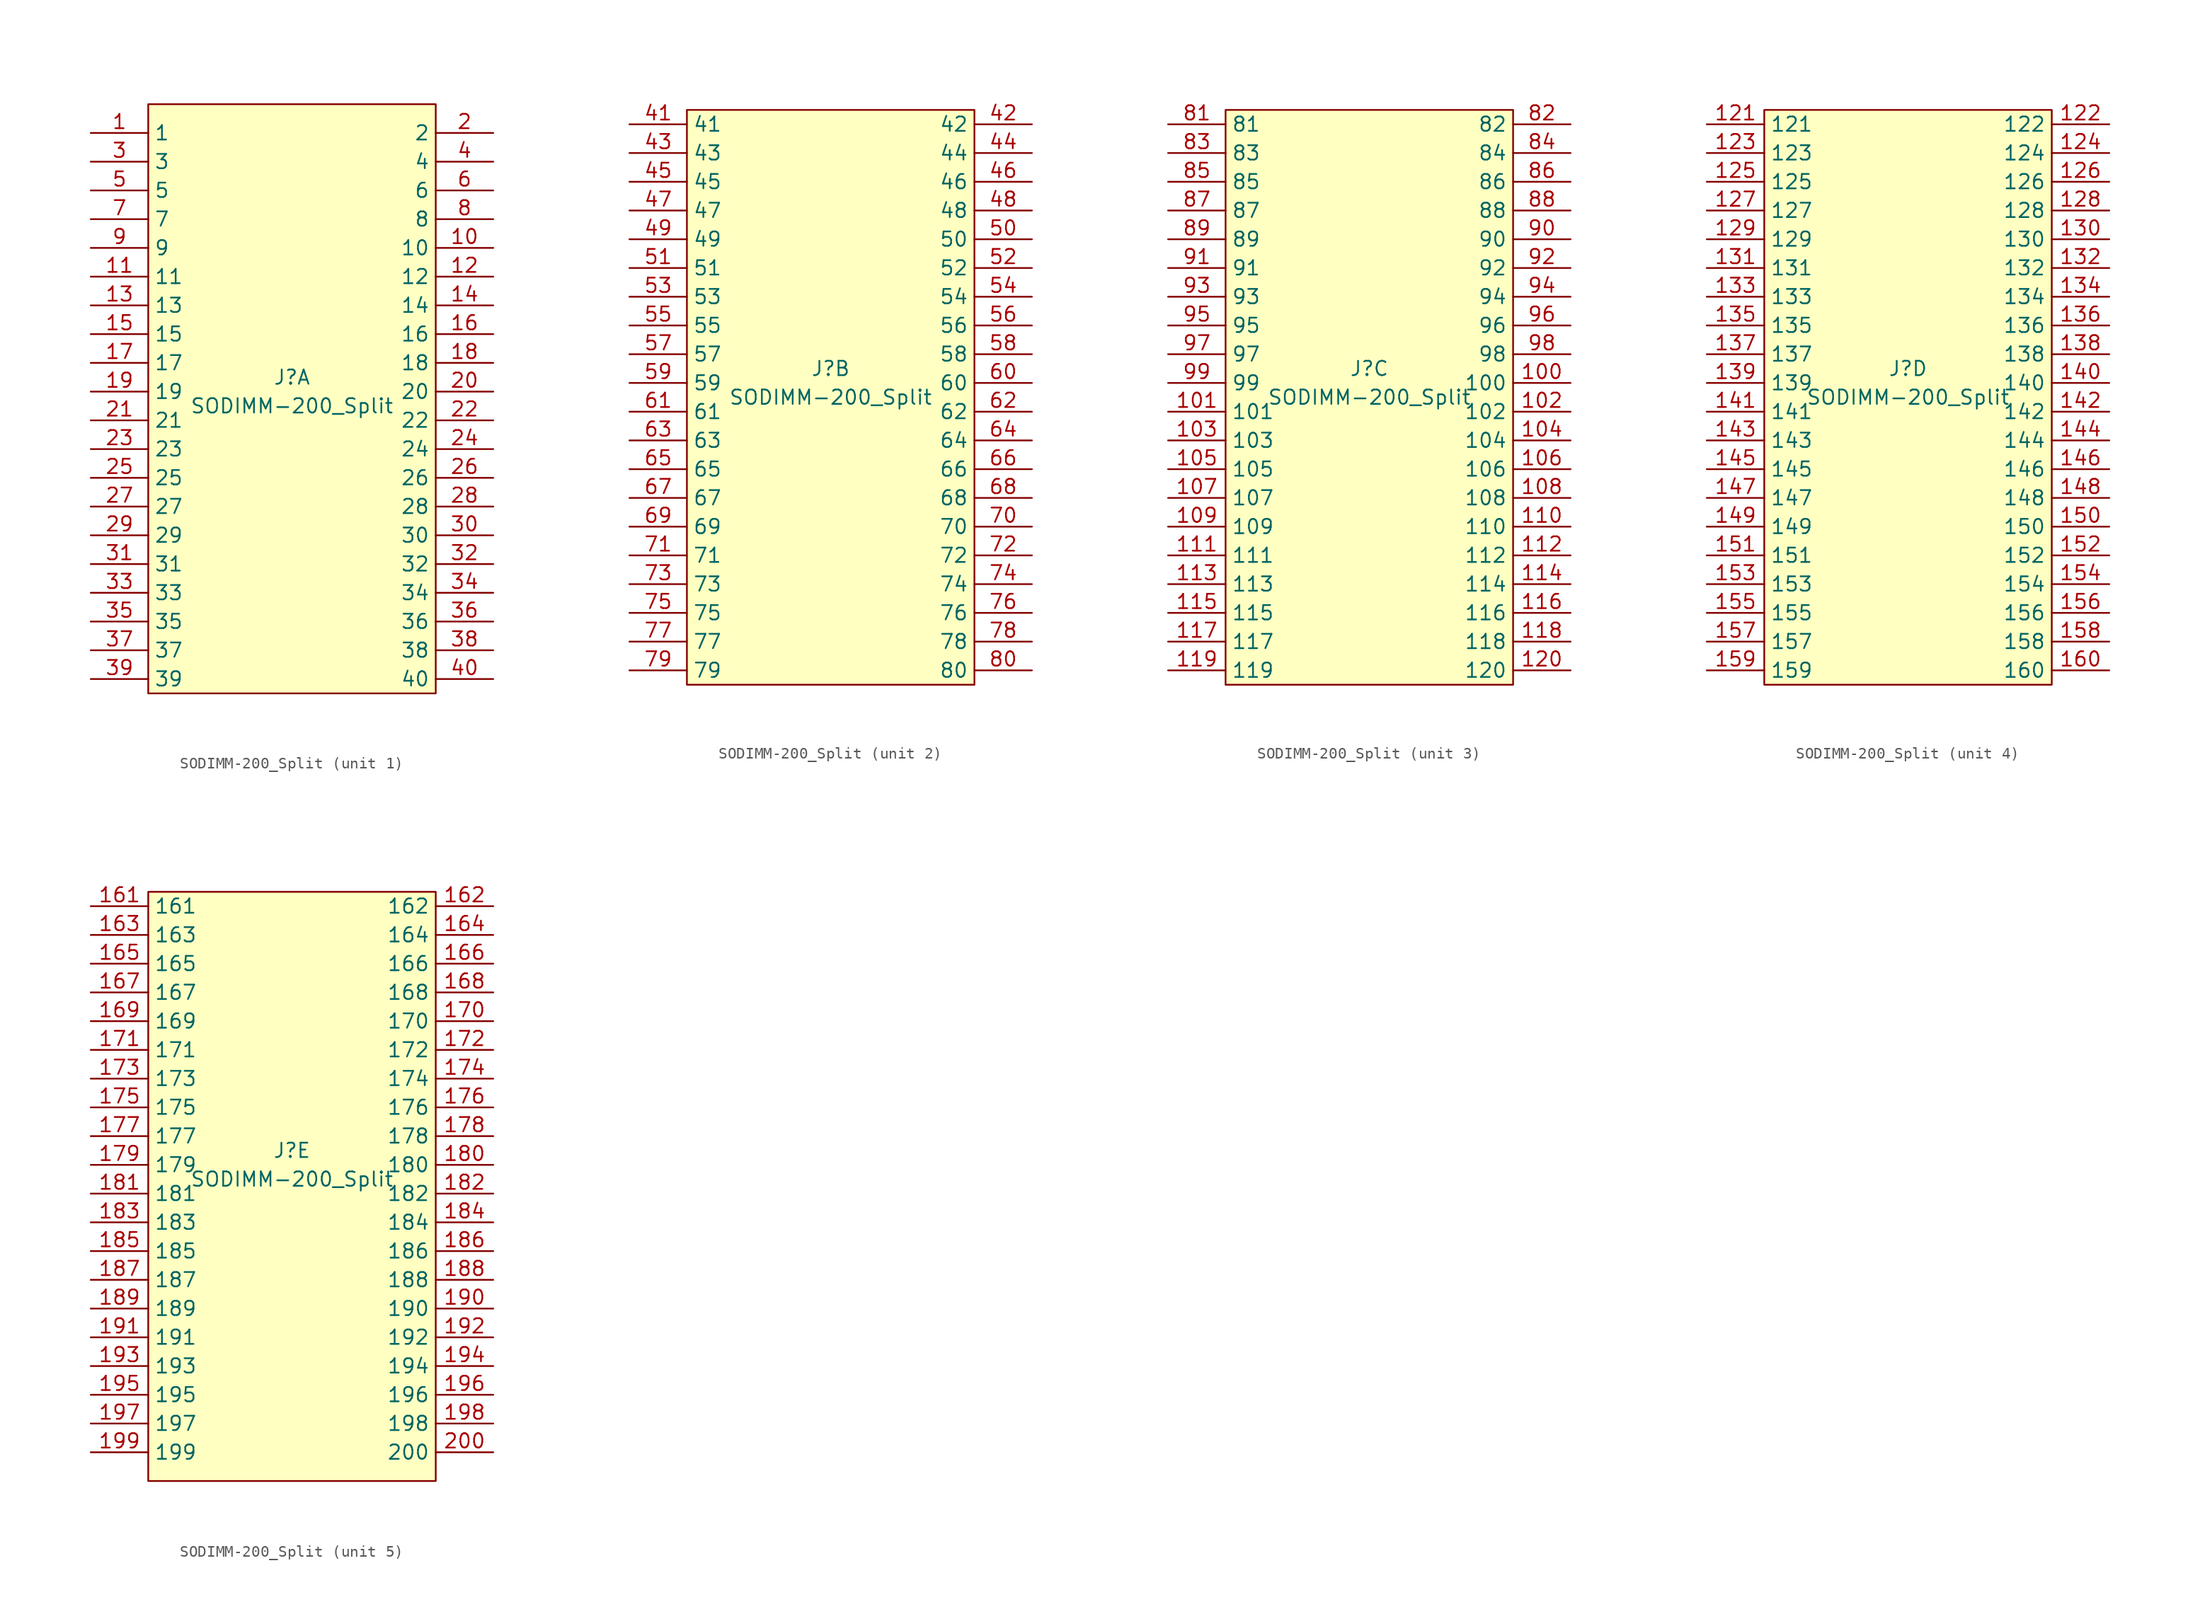
<source format=kicad_sym>
(kicad_symbol_lib
  (version 20211014)
  (generator kicad_symbol_editor)
  (symbol "SODIMM-200_Split"
    (property "Reference" "J"
      (at 0 1.27 0)
      (effects (font (size 1.27 1.27))))
    (property "Value" "SODIMM-200_Split"
      (at 0 -1.27 0)
      (effects (font (size 1.27 1.27))))
    (property "ki_locked" ""
      (at 0 0 0)
      (effects (font (size 1.27 1.27))))
    (symbol "SODIMM-200_Split_1_1"
      (rectangle (start -12.7 25.4) (end 12.7 -26.67) (stroke (width 0) (type default) (color 0 0 0 0)) (fill (type background)))
      (pin passive line (at -17.78 22.86 0) (length 5.08) (name "1" (effects (font (size 1.27 1.27)))) (number "1" (effects (font (size 1.27 1.27)))))
      (pin passive line (at 17.78 12.7 180) (length 5.08) (name "10" (effects (font (size 1.27 1.27)))) (number "10" (effects (font (size 1.27 1.27)))))
      (pin passive line (at -17.78 10.16 0) (length 5.08) (name "11" (effects (font (size 1.27 1.27)))) (number "11" (effects (font (size 1.27 1.27)))))
      (pin passive line (at 17.78 10.16 180) (length 5.08) (name "12" (effects (font (size 1.27 1.27)))) (number "12" (effects (font (size 1.27 1.27)))))
      (pin passive line (at -17.78 7.62 0) (length 5.08) (name "13" (effects (font (size 1.27 1.27)))) (number "13" (effects (font (size 1.27 1.27)))))
      (pin passive line (at 17.78 7.62 180) (length 5.08) (name "14" (effects (font (size 1.27 1.27)))) (number "14" (effects (font (size 1.27 1.27)))))
      (pin passive line (at -17.78 5.08 0) (length 5.08) (name "15" (effects (font (size 1.27 1.27)))) (number "15" (effects (font (size 1.27 1.27)))))
      (pin passive line (at 17.78 5.08 180) (length 5.08) (name "16" (effects (font (size 1.27 1.27)))) (number "16" (effects (font (size 1.27 1.27)))))
      (pin passive line (at -17.78 2.54 0) (length 5.08) (name "17" (effects (font (size 1.27 1.27)))) (number "17" (effects (font (size 1.27 1.27)))))
      (pin passive line (at 17.78 2.54 180) (length 5.08) (name "18" (effects (font (size 1.27 1.27)))) (number "18" (effects (font (size 1.27 1.27)))))
      (pin passive line (at -17.78 0 0) (length 5.08) (name "19" (effects (font (size 1.27 1.27)))) (number "19" (effects (font (size 1.27 1.27)))))
      (pin passive line (at 17.78 22.86 180) (length 5.08) (name "2" (effects (font (size 1.27 1.27)))) (number "2" (effects (font (size 1.27 1.27)))))
      (pin passive line (at 17.78 0 180) (length 5.08) (name "20" (effects (font (size 1.27 1.27)))) (number "20" (effects (font (size 1.27 1.27)))))
      (pin passive line (at -17.78 -2.54 0) (length 5.08) (name "21" (effects (font (size 1.27 1.27)))) (number "21" (effects (font (size 1.27 1.27)))))
      (pin passive line (at 17.78 -2.54 180) (length 5.08) (name "22" (effects (font (size 1.27 1.27)))) (number "22" (effects (font (size 1.27 1.27)))))
      (pin passive line (at -17.78 -5.08 0) (length 5.08) (name "23" (effects (font (size 1.27 1.27)))) (number "23" (effects (font (size 1.27 1.27)))))
      (pin passive line (at 17.78 -5.08 180) (length 5.08) (name "24" (effects (font (size 1.27 1.27)))) (number "24" (effects (font (size 1.27 1.27)))))
      (pin passive line (at -17.78 -7.62 0) (length 5.08) (name "25" (effects (font (size 1.27 1.27)))) (number "25" (effects (font (size 1.27 1.27)))))
      (pin passive line (at 17.78 -7.62 180) (length 5.08) (name "26" (effects (font (size 1.27 1.27)))) (number "26" (effects (font (size 1.27 1.27)))))
      (pin passive line (at -17.78 -10.16 0) (length 5.08) (name "27" (effects (font (size 1.27 1.27)))) (number "27" (effects (font (size 1.27 1.27)))))
      (pin passive line (at 17.78 -10.16 180) (length 5.08) (name "28" (effects (font (size 1.27 1.27)))) (number "28" (effects (font (size 1.27 1.27)))))
      (pin passive line (at -17.78 -12.7 0) (length 5.08) (name "29" (effects (font (size 1.27 1.27)))) (number "29" (effects (font (size 1.27 1.27)))))
      (pin passive line (at -17.78 20.32 0) (length 5.08) (name "3" (effects (font (size 1.27 1.27)))) (number "3" (effects (font (size 1.27 1.27)))))
      (pin passive line (at 17.78 -12.7 180) (length 5.08) (name "30" (effects (font (size 1.27 1.27)))) (number "30" (effects (font (size 1.27 1.27)))))
      (pin passive line (at -17.78 -15.24 0) (length 5.08) (name "31" (effects (font (size 1.27 1.27)))) (number "31" (effects (font (size 1.27 1.27)))))
      (pin passive line (at 17.78 -15.24 180) (length 5.08) (name "32" (effects (font (size 1.27 1.27)))) (number "32" (effects (font (size 1.27 1.27)))))
      (pin passive line (at -17.78 -17.78 0) (length 5.08) (name "33" (effects (font (size 1.27 1.27)))) (number "33" (effects (font (size 1.27 1.27)))))
      (pin passive line (at 17.78 -17.78 180) (length 5.08) (name "34" (effects (font (size 1.27 1.27)))) (number "34" (effects (font (size 1.27 1.27)))))
      (pin passive line (at -17.78 -20.32 0) (length 5.08) (name "35" (effects (font (size 1.27 1.27)))) (number "35" (effects (font (size 1.27 1.27)))))
      (pin passive line (at 17.78 -20.32 180) (length 5.08) (name "36" (effects (font (size 1.27 1.27)))) (number "36" (effects (font (size 1.27 1.27)))))
      (pin passive line (at -17.78 -22.86 0) (length 5.08) (name "37" (effects (font (size 1.27 1.27)))) (number "37" (effects (font (size 1.27 1.27)))))
      (pin passive line (at 17.78 -22.86 180) (length 5.08) (name "38" (effects (font (size 1.27 1.27)))) (number "38" (effects (font (size 1.27 1.27)))))
      (pin passive line (at -17.78 -25.4 0) (length 5.08) (name "39" (effects (font (size 1.27 1.27)))) (number "39" (effects (font (size 1.27 1.27)))))
      (pin passive line (at 17.78 20.32 180) (length 5.08) (name "4" (effects (font (size 1.27 1.27)))) (number "4" (effects (font (size 1.27 1.27)))))
      (pin passive line (at 17.78 -25.4 180) (length 5.08) (name "40" (effects (font (size 1.27 1.27)))) (number "40" (effects (font (size 1.27 1.27)))))
      (pin passive line (at -17.78 17.78 0) (length 5.08) (name "5" (effects (font (size 1.27 1.27)))) (number "5" (effects (font (size 1.27 1.27)))))
      (pin passive line (at 17.78 17.78 180) (length 5.08) (name "6" (effects (font (size 1.27 1.27)))) (number "6" (effects (font (size 1.27 1.27)))))
      (pin passive line (at -17.78 15.24 0) (length 5.08) (name "7" (effects (font (size 1.27 1.27)))) (number "7" (effects (font (size 1.27 1.27)))))
      (pin passive line (at 17.78 15.24 180) (length 5.08) (name "8" (effects (font (size 1.27 1.27)))) (number "8" (effects (font (size 1.27 1.27)))))
      (pin passive line (at -17.78 12.7 0) (length 5.08) (name "9" (effects (font (size 1.27 1.27)))) (number "9" (effects (font (size 1.27 1.27))))))
    (symbol "SODIMM-200_Split_2_1"
      (rectangle (start -12.7 -26.67) (end 12.7 24.13) (stroke (width 0) (type default) (color 0 0 0 0)) (fill (type background)))
      (pin passive line (at -17.78 22.86 0) (length 5.08) (name "41" (effects (font (size 1.27 1.27)))) (number "41" (effects (font (size 1.27 1.27)))))
      (pin passive line (at 17.78 22.86 180) (length 5.08) (name "42" (effects (font (size 1.27 1.27)))) (number "42" (effects (font (size 1.27 1.27)))))
      (pin passive line (at -17.78 20.32 0) (length 5.08) (name "43" (effects (font (size 1.27 1.27)))) (number "43" (effects (font (size 1.27 1.27)))))
      (pin passive line (at 17.78 20.32 180) (length 5.08) (name "44" (effects (font (size 1.27 1.27)))) (number "44" (effects (font (size 1.27 1.27)))))
      (pin passive line (at -17.78 17.78 0) (length 5.08) (name "45" (effects (font (size 1.27 1.27)))) (number "45" (effects (font (size 1.27 1.27)))))
      (pin passive line (at 17.78 17.78 180) (length 5.08) (name "46" (effects (font (size 1.27 1.27)))) (number "46" (effects (font (size 1.27 1.27)))))
      (pin passive line (at -17.78 15.24 0) (length 5.08) (name "47" (effects (font (size 1.27 1.27)))) (number "47" (effects (font (size 1.27 1.27)))))
      (pin passive line (at 17.78 15.24 180) (length 5.08) (name "48" (effects (font (size 1.27 1.27)))) (number "48" (effects (font (size 1.27 1.27)))))
      (pin passive line (at -17.78 12.7 0) (length 5.08) (name "49" (effects (font (size 1.27 1.27)))) (number "49" (effects (font (size 1.27 1.27)))))
      (pin passive line (at 17.78 12.7 180) (length 5.08) (name "50" (effects (font (size 1.27 1.27)))) (number "50" (effects (font (size 1.27 1.27)))))
      (pin passive line (at -17.78 10.16 0) (length 5.08) (name "51" (effects (font (size 1.27 1.27)))) (number "51" (effects (font (size 1.27 1.27)))))
      (pin passive line (at 17.78 10.16 180) (length 5.08) (name "52" (effects (font (size 1.27 1.27)))) (number "52" (effects (font (size 1.27 1.27)))))
      (pin passive line (at -17.78 7.62 0) (length 5.08) (name "53" (effects (font (size 1.27 1.27)))) (number "53" (effects (font (size 1.27 1.27)))))
      (pin passive line (at 17.78 7.62 180) (length 5.08) (name "54" (effects (font (size 1.27 1.27)))) (number "54" (effects (font (size 1.27 1.27)))))
      (pin passive line (at -17.78 5.08 0) (length 5.08) (name "55" (effects (font (size 1.27 1.27)))) (number "55" (effects (font (size 1.27 1.27)))))
      (pin passive line (at 17.78 5.08 180) (length 5.08) (name "56" (effects (font (size 1.27 1.27)))) (number "56" (effects (font (size 1.27 1.27)))))
      (pin passive line (at -17.78 2.54 0) (length 5.08) (name "57" (effects (font (size 1.27 1.27)))) (number "57" (effects (font (size 1.27 1.27)))))
      (pin passive line (at 17.78 2.54 180) (length 5.08) (name "58" (effects (font (size 1.27 1.27)))) (number "58" (effects (font (size 1.27 1.27)))))
      (pin passive line (at -17.78 0 0) (length 5.08) (name "59" (effects (font (size 1.27 1.27)))) (number "59" (effects (font (size 1.27 1.27)))))
      (pin passive line (at 17.78 0 180) (length 5.08) (name "60" (effects (font (size 1.27 1.27)))) (number "60" (effects (font (size 1.27 1.27)))))
      (pin passive line (at -17.78 -2.54 0) (length 5.08) (name "61" (effects (font (size 1.27 1.27)))) (number "61" (effects (font (size 1.27 1.27)))))
      (pin passive line (at 17.78 -2.54 180) (length 5.08) (name "62" (effects (font (size 1.27 1.27)))) (number "62" (effects (font (size 1.27 1.27)))))
      (pin passive line (at -17.78 -5.08 0) (length 5.08) (name "63" (effects (font (size 1.27 1.27)))) (number "63" (effects (font (size 1.27 1.27)))))
      (pin passive line (at 17.78 -5.08 180) (length 5.08) (name "64" (effects (font (size 1.27 1.27)))) (number "64" (effects (font (size 1.27 1.27)))))
      (pin passive line (at -17.78 -7.62 0) (length 5.08) (name "65" (effects (font (size 1.27 1.27)))) (number "65" (effects (font (size 1.27 1.27)))))
      (pin passive line (at 17.78 -7.62 180) (length 5.08) (name "66" (effects (font (size 1.27 1.27)))) (number "66" (effects (font (size 1.27 1.27)))))
      (pin passive line (at -17.78 -10.16 0) (length 5.08) (name "67" (effects (font (size 1.27 1.27)))) (number "67" (effects (font (size 1.27 1.27)))))
      (pin passive line (at 17.78 -10.16 180) (length 5.08) (name "68" (effects (font (size 1.27 1.27)))) (number "68" (effects (font (size 1.27 1.27)))))
      (pin passive line (at -17.78 -12.7 0) (length 5.08) (name "69" (effects (font (size 1.27 1.27)))) (number "69" (effects (font (size 1.27 1.27)))))
      (pin passive line (at 17.78 -12.7 180) (length 5.08) (name "70" (effects (font (size 1.27 1.27)))) (number "70" (effects (font (size 1.27 1.27)))))
      (pin passive line (at -17.78 -15.24 0) (length 5.08) (name "71" (effects (font (size 1.27 1.27)))) (number "71" (effects (font (size 1.27 1.27)))))
      (pin passive line (at 17.78 -15.24 180) (length 5.08) (name "72" (effects (font (size 1.27 1.27)))) (number "72" (effects (font (size 1.27 1.27)))))
      (pin passive line (at -17.78 -17.78 0) (length 5.08) (name "73" (effects (font (size 1.27 1.27)))) (number "73" (effects (font (size 1.27 1.27)))))
      (pin passive line (at 17.78 -17.78 180) (length 5.08) (name "74" (effects (font (size 1.27 1.27)))) (number "74" (effects (font (size 1.27 1.27)))))
      (pin passive line (at -17.78 -20.32 0) (length 5.08) (name "75" (effects (font (size 1.27 1.27)))) (number "75" (effects (font (size 1.27 1.27)))))
      (pin passive line (at 17.78 -20.32 180) (length 5.08) (name "76" (effects (font (size 1.27 1.27)))) (number "76" (effects (font (size 1.27 1.27)))))
      (pin passive line (at -17.78 -22.86 0) (length 5.08) (name "77" (effects (font (size 1.27 1.27)))) (number "77" (effects (font (size 1.27 1.27)))))
      (pin passive line (at 17.78 -22.86 180) (length 5.08) (name "78" (effects (font (size 1.27 1.27)))) (number "78" (effects (font (size 1.27 1.27)))))
      (pin passive line (at -17.78 -25.4 0) (length 5.08) (name "79" (effects (font (size 1.27 1.27)))) (number "79" (effects (font (size 1.27 1.27)))))
      (pin passive line (at 17.78 -25.4 180) (length 5.08) (name "80" (effects (font (size 1.27 1.27)))) (number "80" (effects (font (size 1.27 1.27))))))
    (symbol "SODIMM-200_Split_3_1"
      (rectangle (start -12.7 24.13) (end 12.7 -26.67) (stroke (width 0) (type default) (color 0 0 0 0)) (fill (type background)))
      (pin passive line (at 17.78 0 180) (length 5.08) (name "100" (effects (font (size 1.27 1.27)))) (number "100" (effects (font (size 1.27 1.27)))))
      (pin passive line (at -17.78 -2.54 0) (length 5.08) (name "101" (effects (font (size 1.27 1.27)))) (number "101" (effects (font (size 1.27 1.27)))))
      (pin passive line (at 17.78 -2.54 180) (length 5.08) (name "102" (effects (font (size 1.27 1.27)))) (number "102" (effects (font (size 1.27 1.27)))))
      (pin passive line (at -17.78 -5.08 0) (length 5.08) (name "103" (effects (font (size 1.27 1.27)))) (number "103" (effects (font (size 1.27 1.27)))))
      (pin passive line (at 17.78 -5.08 180) (length 5.08) (name "104" (effects (font (size 1.27 1.27)))) (number "104" (effects (font (size 1.27 1.27)))))
      (pin passive line (at -17.78 -7.62 0) (length 5.08) (name "105" (effects (font (size 1.27 1.27)))) (number "105" (effects (font (size 1.27 1.27)))))
      (pin passive line (at 17.78 -7.62 180) (length 5.08) (name "106" (effects (font (size 1.27 1.27)))) (number "106" (effects (font (size 1.27 1.27)))))
      (pin passive line (at -17.78 -10.16 0) (length 5.08) (name "107" (effects (font (size 1.27 1.27)))) (number "107" (effects (font (size 1.27 1.27)))))
      (pin passive line (at 17.78 -10.16 180) (length 5.08) (name "108" (effects (font (size 1.27 1.27)))) (number "108" (effects (font (size 1.27 1.27)))))
      (pin passive line (at -17.78 -12.7 0) (length 5.08) (name "109" (effects (font (size 1.27 1.27)))) (number "109" (effects (font (size 1.27 1.27)))))
      (pin passive line (at 17.78 -12.7 180) (length 5.08) (name "110" (effects (font (size 1.27 1.27)))) (number "110" (effects (font (size 1.27 1.27)))))
      (pin passive line (at -17.78 -15.24 0) (length 5.08) (name "111" (effects (font (size 1.27 1.27)))) (number "111" (effects (font (size 1.27 1.27)))))
      (pin passive line (at 17.78 -15.24 180) (length 5.08) (name "112" (effects (font (size 1.27 1.27)))) (number "112" (effects (font (size 1.27 1.27)))))
      (pin passive line (at -17.78 -17.78 0) (length 5.08) (name "113" (effects (font (size 1.27 1.27)))) (number "113" (effects (font (size 1.27 1.27)))))
      (pin passive line (at 17.78 -17.78 180) (length 5.08) (name "114" (effects (font (size 1.27 1.27)))) (number "114" (effects (font (size 1.27 1.27)))))
      (pin passive line (at -17.78 -20.32 0) (length 5.08) (name "115" (effects (font (size 1.27 1.27)))) (number "115" (effects (font (size 1.27 1.27)))))
      (pin passive line (at 17.78 -20.32 180) (length 5.08) (name "116" (effects (font (size 1.27 1.27)))) (number "116" (effects (font (size 1.27 1.27)))))
      (pin passive line (at -17.78 -22.86 0) (length 5.08) (name "117" (effects (font (size 1.27 1.27)))) (number "117" (effects (font (size 1.27 1.27)))))
      (pin passive line (at 17.78 -22.86 180) (length 5.08) (name "118" (effects (font (size 1.27 1.27)))) (number "118" (effects (font (size 1.27 1.27)))))
      (pin passive line (at -17.78 -25.4 0) (length 5.08) (name "119" (effects (font (size 1.27 1.27)))) (number "119" (effects (font (size 1.27 1.27)))))
      (pin passive line (at 17.78 -25.4 180) (length 5.08) (name "120" (effects (font (size 1.27 1.27)))) (number "120" (effects (font (size 1.27 1.27)))))
      (pin passive line (at -17.78 22.86 0) (length 5.08) (name "81" (effects (font (size 1.27 1.27)))) (number "81" (effects (font (size 1.27 1.27)))))
      (pin passive line (at 17.78 22.86 180) (length 5.08) (name "82" (effects (font (size 1.27 1.27)))) (number "82" (effects (font (size 1.27 1.27)))))
      (pin passive line (at -17.78 20.32 0) (length 5.08) (name "83" (effects (font (size 1.27 1.27)))) (number "83" (effects (font (size 1.27 1.27)))))
      (pin passive line (at 17.78 20.32 180) (length 5.08) (name "84" (effects (font (size 1.27 1.27)))) (number "84" (effects (font (size 1.27 1.27)))))
      (pin passive line (at -17.78 17.78 0) (length 5.08) (name "85" (effects (font (size 1.27 1.27)))) (number "85" (effects (font (size 1.27 1.27)))))
      (pin passive line (at 17.78 17.78 180) (length 5.08) (name "86" (effects (font (size 1.27 1.27)))) (number "86" (effects (font (size 1.27 1.27)))))
      (pin passive line (at -17.78 15.24 0) (length 5.08) (name "87" (effects (font (size 1.27 1.27)))) (number "87" (effects (font (size 1.27 1.27)))))
      (pin passive line (at 17.78 15.24 180) (length 5.08) (name "88" (effects (font (size 1.27 1.27)))) (number "88" (effects (font (size 1.27 1.27)))))
      (pin passive line (at -17.78 12.7 0) (length 5.08) (name "89" (effects (font (size 1.27 1.27)))) (number "89" (effects (font (size 1.27 1.27)))))
      (pin passive line (at 17.78 12.7 180) (length 5.08) (name "90" (effects (font (size 1.27 1.27)))) (number "90" (effects (font (size 1.27 1.27)))))
      (pin passive line (at -17.78 10.16 0) (length 5.08) (name "91" (effects (font (size 1.27 1.27)))) (number "91" (effects (font (size 1.27 1.27)))))
      (pin passive line (at 17.78 10.16 180) (length 5.08) (name "92" (effects (font (size 1.27 1.27)))) (number "92" (effects (font (size 1.27 1.27)))))
      (pin passive line (at -17.78 7.62 0) (length 5.08) (name "93" (effects (font (size 1.27 1.27)))) (number "93" (effects (font (size 1.27 1.27)))))
      (pin passive line (at 17.78 7.62 180) (length 5.08) (name "94" (effects (font (size 1.27 1.27)))) (number "94" (effects (font (size 1.27 1.27)))))
      (pin passive line (at -17.78 5.08 0) (length 5.08) (name "95" (effects (font (size 1.27 1.27)))) (number "95" (effects (font (size 1.27 1.27)))))
      (pin passive line (at 17.78 5.08 180) (length 5.08) (name "96" (effects (font (size 1.27 1.27)))) (number "96" (effects (font (size 1.27 1.27)))))
      (pin passive line (at -17.78 2.54 0) (length 5.08) (name "97" (effects (font (size 1.27 1.27)))) (number "97" (effects (font (size 1.27 1.27)))))
      (pin passive line (at 17.78 2.54 180) (length 5.08) (name "98" (effects (font (size 1.27 1.27)))) (number "98" (effects (font (size 1.27 1.27)))))
      (pin passive line (at -17.78 0 0) (length 5.08) (name "99" (effects (font (size 1.27 1.27)))) (number "99" (effects (font (size 1.27 1.27))))))
    (symbol "SODIMM-200_Split_4_1"
      (rectangle (start -12.7 24.13) (end 12.7 -26.67) (stroke (width 0) (type default) (color 0 0 0 0)) (fill (type background)))
      (pin passive line (at -17.78 22.86 0) (length 5.08) (name "121" (effects (font (size 1.27 1.27)))) (number "121" (effects (font (size 1.27 1.27)))))
      (pin passive line (at 17.78 22.86 180) (length 5.08) (name "122" (effects (font (size 1.27 1.27)))) (number "122" (effects (font (size 1.27 1.27)))))
      (pin passive line (at -17.78 20.32 0) (length 5.08) (name "123" (effects (font (size 1.27 1.27)))) (number "123" (effects (font (size 1.27 1.27)))))
      (pin passive line (at 17.78 20.32 180) (length 5.08) (name "124" (effects (font (size 1.27 1.27)))) (number "124" (effects (font (size 1.27 1.27)))))
      (pin passive line (at -17.78 17.78 0) (length 5.08) (name "125" (effects (font (size 1.27 1.27)))) (number "125" (effects (font (size 1.27 1.27)))))
      (pin passive line (at 17.78 17.78 180) (length 5.08) (name "126" (effects (font (size 1.27 1.27)))) (number "126" (effects (font (size 1.27 1.27)))))
      (pin passive line (at -17.78 15.24 0) (length 5.08) (name "127" (effects (font (size 1.27 1.27)))) (number "127" (effects (font (size 1.27 1.27)))))
      (pin passive line (at 17.78 15.24 180) (length 5.08) (name "128" (effects (font (size 1.27 1.27)))) (number "128" (effects (font (size 1.27 1.27)))))
      (pin passive line (at -17.78 12.7 0) (length 5.08) (name "129" (effects (font (size 1.27 1.27)))) (number "129" (effects (font (size 1.27 1.27)))))
      (pin passive line (at 17.78 12.7 180) (length 5.08) (name "130" (effects (font (size 1.27 1.27)))) (number "130" (effects (font (size 1.27 1.27)))))
      (pin passive line (at -17.78 10.16 0) (length 5.08) (name "131" (effects (font (size 1.27 1.27)))) (number "131" (effects (font (size 1.27 1.27)))))
      (pin passive line (at 17.78 10.16 180) (length 5.08) (name "132" (effects (font (size 1.27 1.27)))) (number "132" (effects (font (size 1.27 1.27)))))
      (pin passive line (at -17.78 7.62 0) (length 5.08) (name "133" (effects (font (size 1.27 1.27)))) (number "133" (effects (font (size 1.27 1.27)))))
      (pin passive line (at 17.78 7.62 180) (length 5.08) (name "134" (effects (font (size 1.27 1.27)))) (number "134" (effects (font (size 1.27 1.27)))))
      (pin passive line (at -17.78 5.08 0) (length 5.08) (name "135" (effects (font (size 1.27 1.27)))) (number "135" (effects (font (size 1.27 1.27)))))
      (pin passive line (at 17.78 5.08 180) (length 5.08) (name "136" (effects (font (size 1.27 1.27)))) (number "136" (effects (font (size 1.27 1.27)))))
      (pin passive line (at -17.78 2.54 0) (length 5.08) (name "137" (effects (font (size 1.27 1.27)))) (number "137" (effects (font (size 1.27 1.27)))))
      (pin passive line (at 17.78 2.54 180) (length 5.08) (name "138" (effects (font (size 1.27 1.27)))) (number "138" (effects (font (size 1.27 1.27)))))
      (pin passive line (at -17.78 0 0) (length 5.08) (name "139" (effects (font (size 1.27 1.27)))) (number "139" (effects (font (size 1.27 1.27)))))
      (pin passive line (at 17.78 0 180) (length 5.08) (name "140" (effects (font (size 1.27 1.27)))) (number "140" (effects (font (size 1.27 1.27)))))
      (pin passive line (at -17.78 -2.54 0) (length 5.08) (name "141" (effects (font (size 1.27 1.27)))) (number "141" (effects (font (size 1.27 1.27)))))
      (pin passive line (at 17.78 -2.54 180) (length 5.08) (name "142" (effects (font (size 1.27 1.27)))) (number "142" (effects (font (size 1.27 1.27)))))
      (pin passive line (at -17.78 -5.08 0) (length 5.08) (name "143" (effects (font (size 1.27 1.27)))) (number "143" (effects (font (size 1.27 1.27)))))
      (pin passive line (at 17.78 -5.08 180) (length 5.08) (name "144" (effects (font (size 1.27 1.27)))) (number "144" (effects (font (size 1.27 1.27)))))
      (pin passive line (at -17.78 -7.62 0) (length 5.08) (name "145" (effects (font (size 1.27 1.27)))) (number "145" (effects (font (size 1.27 1.27)))))
      (pin passive line (at 17.78 -7.62 180) (length 5.08) (name "146" (effects (font (size 1.27 1.27)))) (number "146" (effects (font (size 1.27 1.27)))))
      (pin passive line (at -17.78 -10.16 0) (length 5.08) (name "147" (effects (font (size 1.27 1.27)))) (number "147" (effects (font (size 1.27 1.27)))))
      (pin passive line (at 17.78 -10.16 180) (length 5.08) (name "148" (effects (font (size 1.27 1.27)))) (number "148" (effects (font (size 1.27 1.27)))))
      (pin passive line (at -17.78 -12.7 0) (length 5.08) (name "149" (effects (font (size 1.27 1.27)))) (number "149" (effects (font (size 1.27 1.27)))))
      (pin passive line (at 17.78 -12.7 180) (length 5.08) (name "150" (effects (font (size 1.27 1.27)))) (number "150" (effects (font (size 1.27 1.27)))))
      (pin passive line (at -17.78 -15.24 0) (length 5.08) (name "151" (effects (font (size 1.27 1.27)))) (number "151" (effects (font (size 1.27 1.27)))))
      (pin passive line (at 17.78 -15.24 180) (length 5.08) (name "152" (effects (font (size 1.27 1.27)))) (number "152" (effects (font (size 1.27 1.27)))))
      (pin passive line (at -17.78 -17.78 0) (length 5.08) (name "153" (effects (font (size 1.27 1.27)))) (number "153" (effects (font (size 1.27 1.27)))))
      (pin passive line (at 17.78 -17.78 180) (length 5.08) (name "154" (effects (font (size 1.27 1.27)))) (number "154" (effects (font (size 1.27 1.27)))))
      (pin passive line (at -17.78 -20.32 0) (length 5.08) (name "155" (effects (font (size 1.27 1.27)))) (number "155" (effects (font (size 1.27 1.27)))))
      (pin passive line (at 17.78 -20.32 180) (length 5.08) (name "156" (effects (font (size 1.27 1.27)))) (number "156" (effects (font (size 1.27 1.27)))))
      (pin passive line (at -17.78 -22.86 0) (length 5.08) (name "157" (effects (font (size 1.27 1.27)))) (number "157" (effects (font (size 1.27 1.27)))))
      (pin passive line (at 17.78 -22.86 180) (length 5.08) (name "158" (effects (font (size 1.27 1.27)))) (number "158" (effects (font (size 1.27 1.27)))))
      (pin passive line (at -17.78 -25.4 0) (length 5.08) (name "159" (effects (font (size 1.27 1.27)))) (number "159" (effects (font (size 1.27 1.27)))))
      (pin passive line (at 17.78 -25.4 180) (length 5.08) (name "160" (effects (font (size 1.27 1.27)))) (number "160" (effects (font (size 1.27 1.27))))))
    (symbol "SODIMM-200_Split_5_1"
      (rectangle (start -12.7 24.13) (end 12.7 -27.94) (stroke (width 0) (type default) (color 0 0 0 0)) (fill (type background)))
      (pin passive line (at -17.78 22.86 0) (length 5.08) (name "161" (effects (font (size 1.27 1.27)))) (number "161" (effects (font (size 1.27 1.27)))))
      (pin passive line (at 17.78 22.86 180) (length 5.08) (name "162" (effects (font (size 1.27 1.27)))) (number "162" (effects (font (size 1.27 1.27)))))
      (pin passive line (at -17.78 20.32 0) (length 5.08) (name "163" (effects (font (size 1.27 1.27)))) (number "163" (effects (font (size 1.27 1.27)))))
      (pin passive line (at 17.78 20.32 180) (length 5.08) (name "164" (effects (font (size 1.27 1.27)))) (number "164" (effects (font (size 1.27 1.27)))))
      (pin passive line (at -17.78 17.78 0) (length 5.08) (name "165" (effects (font (size 1.27 1.27)))) (number "165" (effects (font (size 1.27 1.27)))))
      (pin passive line (at 17.78 17.78 180) (length 5.08) (name "166" (effects (font (size 1.27 1.27)))) (number "166" (effects (font (size 1.27 1.27)))))
      (pin passive line (at -17.78 15.24 0) (length 5.08) (name "167" (effects (font (size 1.27 1.27)))) (number "167" (effects (font (size 1.27 1.27)))))
      (pin passive line (at 17.78 15.24 180) (length 5.08) (name "168" (effects (font (size 1.27 1.27)))) (number "168" (effects (font (size 1.27 1.27)))))
      (pin passive line (at -17.78 12.7 0) (length 5.08) (name "169" (effects (font (size 1.27 1.27)))) (number "169" (effects (font (size 1.27 1.27)))))
      (pin passive line (at 17.78 12.7 180) (length 5.08) (name "170" (effects (font (size 1.27 1.27)))) (number "170" (effects (font (size 1.27 1.27)))))
      (pin passive line (at -17.78 10.16 0) (length 5.08) (name "171" (effects (font (size 1.27 1.27)))) (number "171" (effects (font (size 1.27 1.27)))))
      (pin passive line (at 17.78 10.16 180) (length 5.08) (name "172" (effects (font (size 1.27 1.27)))) (number "172" (effects (font (size 1.27 1.27)))))
      (pin passive line (at -17.78 7.62 0) (length 5.08) (name "173" (effects (font (size 1.27 1.27)))) (number "173" (effects (font (size 1.27 1.27)))))
      (pin passive line (at 17.78 7.62 180) (length 5.08) (name "174" (effects (font (size 1.27 1.27)))) (number "174" (effects (font (size 1.27 1.27)))))
      (pin passive line (at -17.78 5.08 0) (length 5.08) (name "175" (effects (font (size 1.27 1.27)))) (number "175" (effects (font (size 1.27 1.27)))))
      (pin passive line (at 17.78 5.08 180) (length 5.08) (name "176" (effects (font (size 1.27 1.27)))) (number "176" (effects (font (size 1.27 1.27)))))
      (pin passive line (at -17.78 2.54 0) (length 5.08) (name "177" (effects (font (size 1.27 1.27)))) (number "177" (effects (font (size 1.27 1.27)))))
      (pin passive line (at 17.78 2.54 180) (length 5.08) (name "178" (effects (font (size 1.27 1.27)))) (number "178" (effects (font (size 1.27 1.27)))))
      (pin passive line (at -17.78 0 0) (length 5.08) (name "179" (effects (font (size 1.27 1.27)))) (number "179" (effects (font (size 1.27 1.27)))))
      (pin passive line (at 17.78 0 180) (length 5.08) (name "180" (effects (font (size 1.27 1.27)))) (number "180" (effects (font (size 1.27 1.27)))))
      (pin passive line (at -17.78 -2.54 0) (length 5.08) (name "181" (effects (font (size 1.27 1.27)))) (number "181" (effects (font (size 1.27 1.27)))))
      (pin passive line (at 17.78 -2.54 180) (length 5.08) (name "182" (effects (font (size 1.27 1.27)))) (number "182" (effects (font (size 1.27 1.27)))))
      (pin passive line (at -17.78 -5.08 0) (length 5.08) (name "183" (effects (font (size 1.27 1.27)))) (number "183" (effects (font (size 1.27 1.27)))))
      (pin passive line (at 17.78 -5.08 180) (length 5.08) (name "184" (effects (font (size 1.27 1.27)))) (number "184" (effects (font (size 1.27 1.27)))))
      (pin passive line (at -17.78 -7.62 0) (length 5.08) (name "185" (effects (font (size 1.27 1.27)))) (number "185" (effects (font (size 1.27 1.27)))))
      (pin passive line (at 17.78 -7.62 180) (length 5.08) (name "186" (effects (font (size 1.27 1.27)))) (number "186" (effects (font (size 1.27 1.27)))))
      (pin passive line (at -17.78 -10.16 0) (length 5.08) (name "187" (effects (font (size 1.27 1.27)))) (number "187" (effects (font (size 1.27 1.27)))))
      (pin passive line (at 17.78 -10.16 180) (length 5.08) (name "188" (effects (font (size 1.27 1.27)))) (number "188" (effects (font (size 1.27 1.27)))))
      (pin passive line (at -17.78 -12.7 0) (length 5.08) (name "189" (effects (font (size 1.27 1.27)))) (number "189" (effects (font (size 1.27 1.27)))))
      (pin passive line (at 17.78 -12.7 180) (length 5.08) (name "190" (effects (font (size 1.27 1.27)))) (number "190" (effects (font (size 1.27 1.27)))))
      (pin passive line (at -17.78 -15.24 0) (length 5.08) (name "191" (effects (font (size 1.27 1.27)))) (number "191" (effects (font (size 1.27 1.27)))))
      (pin passive line (at 17.78 -15.24 180) (length 5.08) (name "192" (effects (font (size 1.27 1.27)))) (number "192" (effects (font (size 1.27 1.27)))))
      (pin passive line (at -17.78 -17.78 0) (length 5.08) (name "193" (effects (font (size 1.27 1.27)))) (number "193" (effects (font (size 1.27 1.27)))))
      (pin passive line (at 17.78 -17.78 180) (length 5.08) (name "194" (effects (font (size 1.27 1.27)))) (number "194" (effects (font (size 1.27 1.27)))))
      (pin passive line (at -17.78 -20.32 0) (length 5.08) (name "195" (effects (font (size 1.27 1.27)))) (number "195" (effects (font (size 1.27 1.27)))))
      (pin passive line (at 17.78 -20.32 180) (length 5.08) (name "196" (effects (font (size 1.27 1.27)))) (number "196" (effects (font (size 1.27 1.27)))))
      (pin passive line (at -17.78 -22.86 0) (length 5.08) (name "197" (effects (font (size 1.27 1.27)))) (number "197" (effects (font (size 1.27 1.27)))))
      (pin passive line (at 17.78 -22.86 180) (length 5.08) (name "198" (effects (font (size 1.27 1.27)))) (number "198" (effects (font (size 1.27 1.27)))))
      (pin passive line (at -17.78 -25.4 0) (length 5.08) (name "199" (effects (font (size 1.27 1.27)))) (number "199" (effects (font (size 1.27 1.27)))))
      (pin passive line (at 17.78 -25.4 180) (length 5.08) (name "200" (effects (font (size 1.27 1.27)))) (number "200" (effects (font (size 1.27 1.27))))))))
</source>
